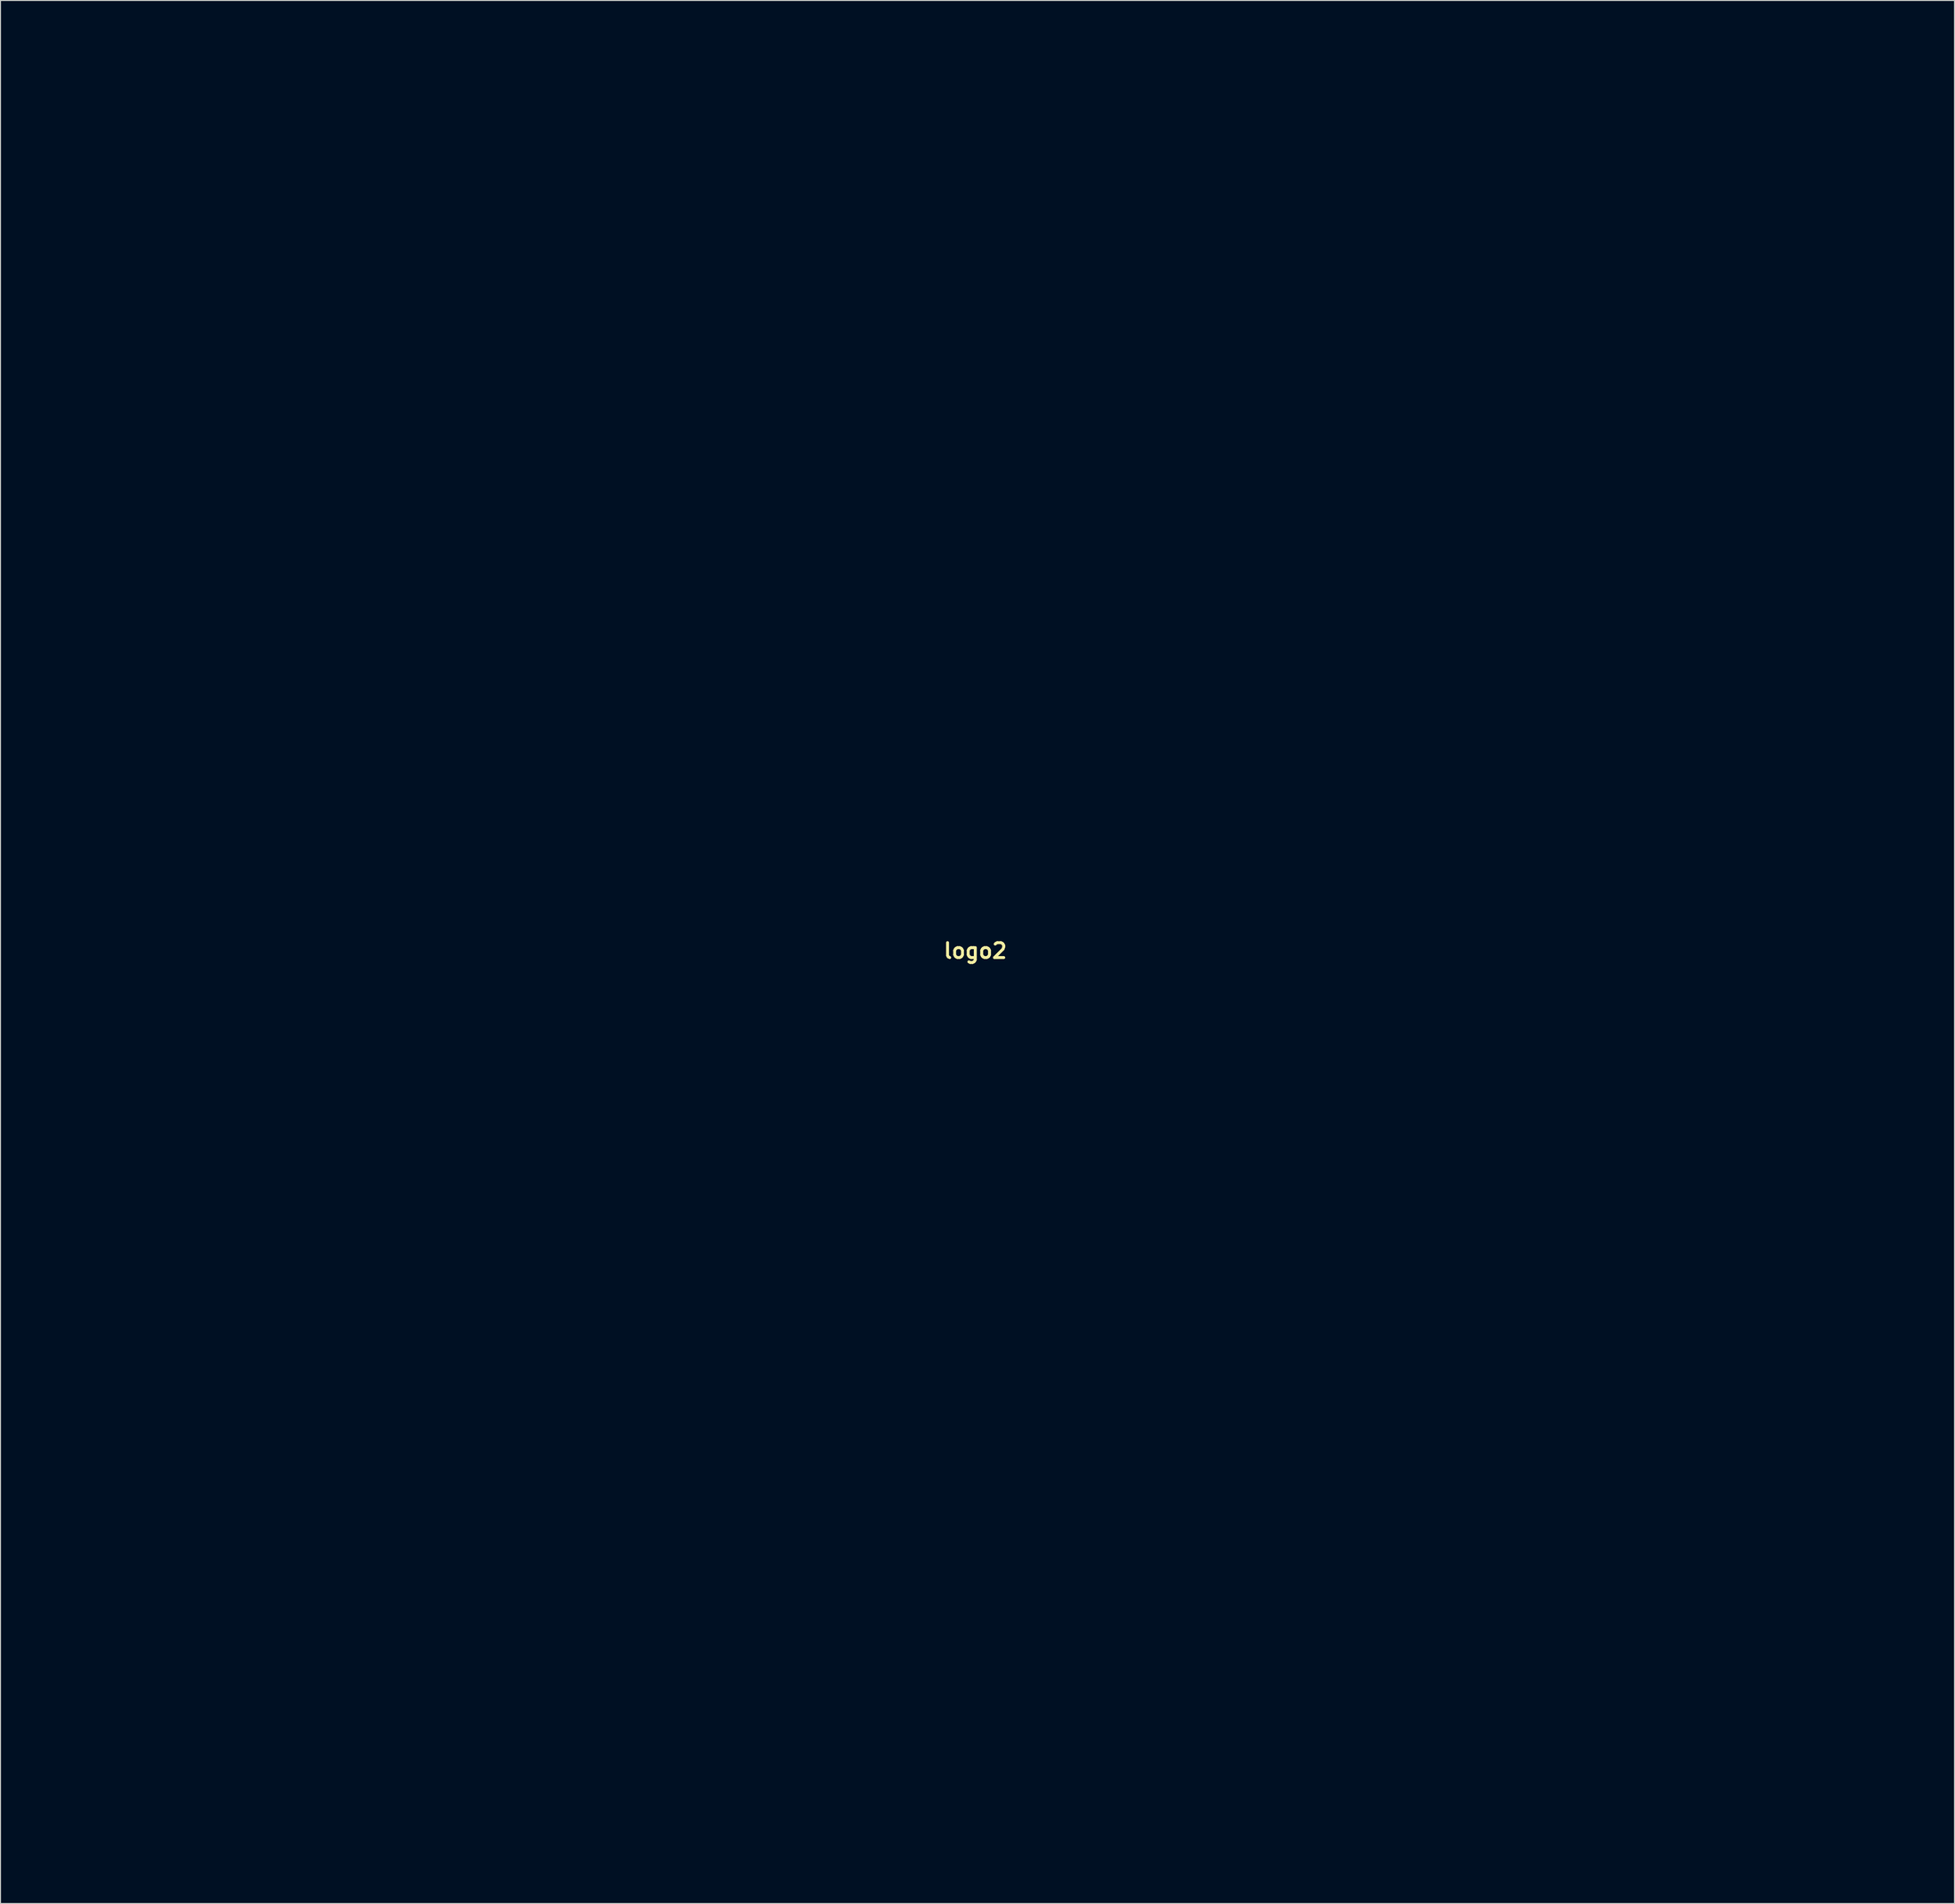
<source format=kicad_pcb>
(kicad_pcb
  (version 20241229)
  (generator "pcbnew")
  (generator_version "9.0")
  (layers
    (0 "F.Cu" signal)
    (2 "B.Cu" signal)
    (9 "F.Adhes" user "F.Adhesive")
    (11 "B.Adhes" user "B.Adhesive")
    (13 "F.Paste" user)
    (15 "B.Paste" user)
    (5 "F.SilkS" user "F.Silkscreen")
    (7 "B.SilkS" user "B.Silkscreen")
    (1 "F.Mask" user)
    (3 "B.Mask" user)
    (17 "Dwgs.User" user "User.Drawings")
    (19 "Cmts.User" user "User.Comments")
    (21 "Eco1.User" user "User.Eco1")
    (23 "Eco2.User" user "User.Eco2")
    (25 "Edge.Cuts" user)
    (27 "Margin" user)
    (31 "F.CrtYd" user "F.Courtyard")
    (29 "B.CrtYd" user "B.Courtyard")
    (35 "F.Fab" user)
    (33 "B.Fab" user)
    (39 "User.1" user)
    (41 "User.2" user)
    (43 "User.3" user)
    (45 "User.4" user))
  (footprint "logo2"
    (layer "F.Cu")
    (at 96.483 94.045)
    (property "Reference" "logo2" (at 0 0 0) (layer "F.SilkS") (effects (font (size 1.524 1.524) (thickness 0.3))))
    (attr through_hole)
    (fp_poly (pts (xy -32.773 -93.901) (xy -32.392 -93.734) (xy -31.511 -93.066) (xy -31.106 -92.186) (xy -31.12 -91.156) (xy -31.174 -90.429) (xy -30.969 -89.942) (xy -30.522 -89.521) (xy -30.185 -89.233) (xy -29.484 -88.627) (xy -28.458 -87.735) (xy -27.146 -86.591) (xy -25.586 -85.229) (xy -23.818 -83.683) (xy -21.878 -81.986) (xy -19.807 -80.172) (xy -18.156 -78.725) (xy -15.685 -76.56) (xy -13.056 -74.258) (xy -10.346 -71.889) (xy -7.637 -69.521) (xy -5.005 -67.223) (xy -2.531 -65.065) (xy -0.293 -63.115) (xy 1.629 -61.443) (xy 1.792 -61.3) (xy 10.135 -54.05) (xy 11.465 -54.556) (xy 12.205 -54.78) (xy 13.341 -55.056) (xy 14.739 -55.353) (xy 16.265 -55.643) (xy 16.892 -55.752) (xy 19.286 -56.198) (xy 21.421 -56.7) (xy 23.445 -57.307) (xy 25.503 -58.067) (xy 27.742 -59.029) (xy 29.831 -60.008) (xy 31.766 -60.975) (xy 33.579 -61.962) (xy 35.336 -63.017) (xy 37.1 -64.186) (xy 38.937 -65.513) (xy 40.91 -67.046) (xy 43.084 -68.831) (xy 45.523 -70.913) (xy 47.571 -72.703) (xy 50.244 -75.056) (xy 52.552 -77.083) (xy 54.532 -78.812) (xy 56.22 -80.27) (xy 57.652 -81.486) (xy 58.865 -82.486) (xy 59.896 -83.299) (xy 60.78 -83.951) (xy 61.555 -84.471) (xy 62.257 -84.886) (xy 62.922 -85.223) (xy 63.588 -85.51) (xy 64.289 -85.776) (xy 65.064 -86.046) (xy 65.344 -86.142) (xy 67.767 -86.842) (xy 69.85 -87.161) (xy 71.626 -87.101) (xy 73.125 -86.664) (xy 74.005 -86.104) (xy 75.032 -85.205) (xy 76.089 -84.094) (xy 77.056 -82.894) (xy 77.815 -81.732) (xy 77.867 -81.639) (xy 78.555 -80.102) (xy 79.055 -78.45) (xy 79.321 -76.87) (xy 79.323 -75.649) (xy 79.175 -74.833) (xy 78.875 -73.553) (xy 78.434 -71.852) (xy 77.866 -69.774) (xy 77.183 -67.365) (xy 76.396 -64.666) (xy 75.519 -61.724) (xy 74.564 -58.581) (xy 74.185 -57.351) (xy 72.836 -53.041) (xy 71.604 -49.221) (xy 70.478 -45.86) (xy 69.447 -42.929) (xy 68.502 -40.398) (xy 67.631 -38.236) (xy 67.211 -37.265) (xy 67.381 -37.027) (xy 67.947 -36.588) (xy 68.835 -36.001) (xy 69.968 -35.317) (xy 70.236 -35.163) (xy 72.473 -33.838) (xy 74.342 -32.614) (xy 75.968 -31.395) (xy 77.482 -30.084) (xy 79.009 -28.586) (xy 79.031 -28.564) (xy 80.141 -27.385) (xy 81.163 -26.213) (xy 82.151 -24.974) (xy 83.158 -23.594) (xy 84.237 -21.997) (xy 85.443 -20.108) (xy 86.829 -17.854) (xy 87.439 -16.844) (xy 88.44 -15.185) (xy 89.418 -13.571) (xy 90.317 -12.095) (xy 91.08 -10.849) (xy 91.652 -9.925) (xy 91.84 -9.625) (xy 93.731 -6.451) (xy 95.189 -3.57) (xy 96.213 -0.985) (xy 96.8 1.299) (xy 96.821 1.424) (xy 96.929 2.884) (xy 96.863 4.728) (xy 96.638 6.839) (xy 96.266 9.099) (xy 95.759 11.391) (xy 95.664 11.764) (xy 95.292 13.226) (xy 94.856 14.998) (xy 94.409 16.864) (xy 94.001 18.613) (xy 93.964 18.777) (xy 93.164 22.012) (xy 92.336 24.833) (xy 91.489 27.214) (xy 90.634 29.131) (xy 89.779 30.558) (xy 89.126 31.31) (xy 87.905 32.28) (xy 86.219 33.391) (xy 84.175 34.578) (xy 83.176 35.175) (xy 82.578 35.662) (xy 82.286 36.126) (xy 82.238 36.297) (xy 82.174 36.74) (xy 82.068 37.643) (xy 81.926 38.936) (xy 81.757 40.546) (xy 81.568 42.402) (xy 81.366 44.432) (xy 81.28 45.319) (xy 80.914 49.031) (xy 80.577 52.284) (xy 80.253 55.152) (xy 79.925 57.708) (xy 79.579 60.025) (xy 79.199 62.178) (xy 78.769 64.239) (xy 78.274 66.284) (xy 77.698 68.385) (xy 77.025 70.616) (xy 76.239 73.051) (xy 75.326 75.763) (xy 74.269 78.826) (xy 74.021 79.538) (xy 73.118 82.239) (xy 72.426 84.55) (xy 71.922 86.561) (xy 71.626 88.072) (xy 71.354 89.617) (xy 71.116 90.741) (xy 70.874 91.552) (xy 70.592 92.16) (xy 70.233 92.674) (xy 69.968 92.98) (xy 69.539 93.371) (xy 69.013 93.66) (xy 68.319 93.856) (xy 67.388 93.967) (xy 66.148 94.001) (xy 64.529 93.964) (xy 62.462 93.864) (xy 62.034 93.84) (xy 59.46 93.719) (xy 57.225 93.683) (xy 55.139 93.738) (xy 53.011 93.891) (xy 50.651 94.148) (xy 49.601 94.282) (xy 48.565 94.272) (xy 48.027 94.047) (xy 47.676 93.52) (xy 47.83 92.86) (xy 48.483 92.086) (xy 48.876 91.754) (xy 49.904 91.024) (xy 50.98 90.445) (xy 52.234 89.967) (xy 53.79 89.54) (xy 55.373 89.194) (xy 57.498 88.735) (xy 59.35 88.277) (xy 60.862 87.84) (xy 61.973 87.442) (xy 62.613 87.104) (xy 62.926 86.644) (xy 63.32 85.721) (xy 63.776 84.399) (xy 64.277 82.741) (xy 64.805 80.812) (xy 65.343 78.673) (xy 65.872 76.389) (xy 66.376 74.022) (xy 66.702 72.362) (xy 67.055 70.649) (xy 67.487 68.777) (xy 67.942 66.981) (xy 68.336 65.581) (xy 68.866 63.795) (xy 69.274 62.291) (xy 69.577 60.953) (xy 69.79 59.663) (xy 69.927 58.303) (xy 70.006 56.756) (xy 70.042 54.905) (xy 70.049 52.721) (xy 70.025 49.946) (xy 69.946 47.603) (xy 69.801 45.591) (xy 69.576 43.808) (xy 69.262 42.154) (xy 68.846 40.528) (xy 68.495 39.378) (xy 67.742 37.031) (xy 66.378 37.066) (xy 65.826 37.115) (xy 65.198 37.255) (xy 64.418 37.513) (xy 63.41 37.92) (xy 62.098 38.504) (xy 60.407 39.293) (xy 59.845 39.56) (xy 57.926 40.483) (xy 56.417 41.251) (xy 55.238 41.929) (xy 54.313 42.582) (xy 53.562 43.275) (xy 52.907 44.074) (xy 52.271 45.043) (xy 51.575 46.248) (xy 51.354 46.646) (xy 50.562 48.01) (xy 49.913 48.933) (xy 49.341 49.465) (xy 48.778 49.658) (xy 48.158 49.561) (xy 47.709 49.376) (xy 46.87 49.073) (xy 46.069 48.93) (xy 45.996 48.928) (xy 44.903 48.789) (xy 44.142 48.401) (xy 43.803 47.811) (xy 43.802 47.807) (xy 43.604 47.344) (xy 43.087 47.171) (xy 42.913 47.16) (xy 42.085 47.109) (xy 41.64 46.98) (xy 41.423 46.684) (xy 41.304 46.237) (xy 41.054 45.56) (xy 40.635 45.296) (xy 39.959 45.422) (xy 39.314 45.715) (xy 38.477 46.078) (xy 37.87 46.137) (xy 37.417 45.837) (xy 37.043 45.122) (xy 36.673 43.94) (xy 36.628 43.772) (xy 36.212 42.337) (xy 35.815 41.308) (xy 35.367 40.563) (xy 34.795 39.981) (xy 34.068 39.467) (xy 32.712 38.375) (xy 31.545 36.908) (xy 30.506 34.991) (xy 30.468 34.908) (xy 30.044 34.05) (xy 29.67 33.424) (xy 29.419 33.156) (xy 29.404 33.154) (xy 29.012 32.915) (xy 28.616 32.303) (xy 28.288 31.473) (xy 28.097 30.581) (xy 28.075 30.211) (xy 28.185 29.061) (xy 28.489 27.586) (xy 28.943 25.94) (xy 29.502 24.276) (xy 30.122 22.748) (xy 30.351 22.264) (xy 31.385 20.479) (xy 32.618 18.976) (xy 34.133 17.685) (xy 36.012 16.535) (xy 38.338 15.456) (xy 38.472 15.401) (xy 40.056 14.753) (xy 45.003 14.753) (xy 45.425 15.039) (xy 46.337 15.418) (xy 46.531 15.489) (xy 47.493 15.931) (xy 48.659 16.598) (xy 49.827 17.372) (xy 50.207 17.653) (xy 51.223 18.426) (xy 51.878 18.912) (xy 52.235 19.15) (xy 52.358 19.179) (xy 52.309 19.039) (xy 52.239 18.916) (xy 51.713 18.133) (xy 50.982 17.184) (xy 50.173 16.219) (xy 49.413 15.389) (xy 48.829 14.847) (xy 48.824 14.843) (xy 47.658 14.281) (xy 46.29 14.194) (xy 45.519 14.339) (xy 45.043 14.529) (xy 45.003 14.753) (xy 40.056 14.753) (xy 40.616 14.523) (xy 39.537 13.478) (xy 38.476 12.288) (xy 37.876 11.154) (xy 37.698 9.943) (xy 37.903 8.52) (xy 37.995 8.167) (xy 38.627 6.85) (xy 39.703 5.814) (xy 41.211 5.066) (xy 43.137 4.613) (xy 45.453 4.462) (xy 47.707 4.667) (xy 49.758 5.257) (xy 51.501 6.203) (xy 51.817 6.442) (xy 52.936 7.61) (xy 54.015 9.262) (xy 55.032 11.35) (xy 55.963 13.825) (xy 56.783 16.636) (xy 56.919 17.178) (xy 57.214 18.332) (xy 57.48 19.264) (xy 57.686 19.871) (xy 57.789 20.052) (xy 58.002 19.837) (xy 58.441 19.243) (xy 59.056 18.347) (xy 59.796 17.229) (xy 60.61 15.967) (xy 61.448 14.637) (xy 62.257 13.32) (xy 62.989 12.091) (xy 63.102 11.897) (xy 64.445 9.524) (xy 65.511 7.501) (xy 66.331 5.741) (xy 66.932 4.157) (xy 67.344 2.661) (xy 67.597 1.165) (xy 67.72 -0.419) (xy 67.743 -2.005) (xy 67.692 -3.609) (xy 67.569 -5.31) (xy 67.389 -6.99) (xy 67.167 -8.534) (xy 66.92 -9.823) (xy 66.662 -10.741) (xy 66.562 -10.972) (xy 66.218 -11.261) (xy 65.512 -11.635) (xy 64.592 -12.017) (xy 64.524 -12.042) (xy 63.931 -12.249) (xy 63.396 -12.406) (xy 62.836 -12.519) (xy 62.17 -12.593) (xy 61.315 -12.635) (xy 60.19 -12.65) (xy 58.714 -12.644) (xy 56.803 -12.622) (xy 56.281 -12.615) (xy 53.792 -12.593) (xy 51.748 -12.619) (xy 50.059 -12.724) (xy 48.637 -12.939) (xy 47.392 -13.294) (xy 46.234 -13.822) (xy 45.074 -14.552) (xy 43.823 -15.516) (xy 42.392 -16.743) (xy 41.177 -17.828) (xy 39.366 -19.376) (xy 37.702 -20.592) (xy 36.069 -21.527) (xy 34.347 -22.231) (xy 32.418 -22.756) (xy 30.162 -23.153) (xy 28.207 -23.395) (xy 25.914 -23.665) (xy 23.935 -23.957) (xy 22.109 -24.303) (xy 20.279 -24.738) (xy 18.285 -25.297) (xy 15.97 -26.014) (xy 15.697 -26.101) (xy 13.377 -26.834) (xy 11.459 -27.396) (xy 9.84 -27.793) (xy 8.42 -28.03) (xy 7.093 -28.113) (xy 5.759 -28.046) (xy 4.314 -27.835) (xy 2.656 -27.485) (xy 0.682 -27.002) (xy 0.267 -26.897) (xy -2.061 -26.338) (xy -4.386 -25.844) (xy -6.604 -25.431) (xy -8.611 -25.119) (xy -10.302 -24.925) (xy -11.467 -24.865) (xy -11.702 -24.854) (xy -11.943 -24.801) (xy -12.223 -24.675) (xy -12.574 -24.447) (xy -13.029 -24.085) (xy -13.62 -23.561) (xy -14.382 -22.844) (xy -15.345 -21.903) (xy -16.542 -20.708) (xy -18.007 -19.23) (xy -19.772 -17.438) (xy -21.869 -15.301) (xy -22.487 -14.671) (xy -24.39 -12.724) (xy -26.177 -10.882) (xy -27.814 -9.181) (xy -29.265 -7.658) (xy -30.496 -6.352) (xy -31.472 -5.297) (xy -32.158 -4.532) (xy -32.519 -4.092) (xy -32.566 -4.009) (xy -32.944 -3.256) (xy -33.692 -2.655) (xy -34.649 -2.32) (xy -35.069 -2.285) (xy -35.927 -2.387) (xy -36.55 -2.772) (xy -36.792 -3.029) (xy -37.221 -3.656) (xy -37.428 -4.208) (xy -37.432 -4.262) (xy -37.608 -4.812) (xy -38.153 -5.445) (xy -39.086 -6.173) (xy -40.427 -7.008) (xy -42.199 -7.962) (xy -44.421 -9.048) (xy -47.115 -10.277) (xy -49.597 -11.36) (xy -51.896 -12.359) (xy -53.769 -13.2) (xy -55.284 -13.923) (xy -56.514 -14.567) (xy -57.528 -15.169) (xy -58.397 -15.768) (xy -59.191 -16.403) (xy -59.767 -16.913) (xy -61.416 -18.612) (xy -62.854 -20.513) (xy -64.096 -22.66) (xy -65.161 -25.101) (xy -66.063 -27.879) (xy -66.821 -31.041) (xy -67.451 -34.631) (xy -67.69 -36.503) (xy -63.045 -36.503) (xy -63.004 -35.486) (xy -62.899 -34.225) (xy -62.737 -32.816) (xy -62.526 -31.354) (xy -62.275 -29.934) (xy -62.251 -29.812) (xy -61.562 -27.009) (xy -60.67 -24.597) (xy -59.512 -22.45) (xy -58.021 -20.441) (xy -56.682 -18.987) (xy -55.773 -18.087) (xy -54.962 -17.341) (xy -54.164 -16.698) (xy -53.299 -16.105) (xy -52.284 -15.513) (xy -51.036 -14.869) (xy -49.473 -14.122) (xy -47.514 -13.221) (xy -47.205 -13.081) (xy -45.444 -12.261) (xy -43.659 -11.395) (xy -41.976 -10.547) (xy -40.521 -9.78) (xy -39.422 -9.158) (xy -39.365 -9.124) (xy -38.243 -8.452) (xy -37.494 -8.033) (xy -37.038 -7.839) (xy -36.797 -7.838) (xy -36.69 -8.003) (xy -36.666 -8.119) (xy -36.646 -8.511) (xy -36.634 -9.374) (xy -36.63 -10.642) (xy -36.633 -12.253) (xy -36.643 -14.142) (xy -36.66 -16.244) (xy -36.676 -17.78) (xy -35.56 -17.78) (xy -35.559 -15.129) (xy -35.556 -12.963) (xy -35.548 -11.234) (xy -35.531 -9.892) (xy -35.504 -8.888) (xy -35.464 -8.174) (xy -35.409 -7.699) (xy -35.335 -7.415) (xy -35.241 -7.274) (xy -35.123 -7.225) (xy -35.008 -7.219) (xy -34.203 -7.05) (xy -33.447 -6.638) (xy -33.074 -6.244) (xy -32.757 -5.921) (xy -32.631 -5.882) (xy -32.403 -6.068) (xy -31.84 -6.599) (xy -30.98 -7.439) (xy -29.861 -8.549) (xy -28.519 -9.892) (xy -26.993 -11.432) (xy -25.32 -13.129) (xy -23.649 -14.834) (xy -21.862 -16.665) (xy -20.182 -18.392) (xy -18.647 -19.976) (xy -17.297 -21.377) (xy -16.169 -22.553) (xy -15.303 -23.465) (xy -14.738 -24.072) (xy -14.518 -24.326) (xy -14.363 -24.579) (xy -14.386 -24.737) (xy -14.673 -24.823) (xy -15.31 -24.858) (xy -16.382 -24.865) (xy -16.594 -24.865) (xy -18.618 -24.936) (xy -20.811 -25.156) (xy -23.25 -25.538) (xy -26.012 -26.094) (xy -29.175 -26.838) (xy -29.914 -27.024) (xy -31.51 -27.425) (xy -32.93 -27.777) (xy -34.093 -28.06) (xy -34.916 -28.254) (xy -35.318 -28.339) (xy -35.339 -28.341) (xy -35.388 -28.083) (xy -35.432 -27.348) (xy -35.472 -26.191) (xy -35.506 -24.671) (xy -35.533 -22.843) (xy -35.551 -20.766) (xy -35.559 -18.496) (xy -35.56 -17.78) (xy -36.676 -17.78) (xy -36.682 -18.376) (xy -36.712 -20.598) (xy -36.745 -22.648) (xy -36.782 -24.465) (xy -36.819 -25.988) (xy -36.856 -27.156) (xy -36.891 -27.91) (xy -36.923 -28.189) (xy -37.216 -28.283) (xy -37.939 -28.456) (xy -38.996 -28.687) (xy -40.291 -28.956) (xy -40.913 -29.08) (xy -42.71 -29.418) (xy -44.127 -29.618) (xy -45.301 -29.671) (xy -46.373 -29.568) (xy -47.479 -29.299) (xy -48.76 -28.854) (xy -49.758 -28.464) (xy -51.018 -28.01) (xy -52.293 -27.633) (xy -53.376 -27.391) (xy -53.727 -27.344) (xy -54.505 -27.31) (xy -55.147 -27.404) (xy -55.722 -27.686) (xy -56.299 -28.214) (xy -56.946 -29.048) (xy -57.732 -30.247) (xy -58.45 -31.416) (xy -59.395 -32.925) (xy -60.323 -34.322) (xy -61.186 -35.539) (xy -61.932 -36.508) (xy -62.511 -37.16) (xy -62.873 -37.428) (xy -62.899 -37.432) (xy -63.013 -37.184) (xy -63.045 -36.503) (xy -67.69 -36.503) (xy -67.969 -38.696) (xy -68.04 -39.362) (xy -68.196 -41.122) (xy -68.324 -43.042) (xy -68.412 -44.895) (xy -68.446 -46.454) (xy -68.446 -46.519) (xy -68.446 -49.709) (xy -63.767 -49.709) (xy -62.431 -48.473) (xy -61.512 -47.697) (xy -60.373 -46.835) (xy -59.254 -46.07) (xy -59.222 -46.049) (xy -58.176 -45.377) (xy -56.885 -44.535) (xy -55.549 -43.653) (xy -54.811 -43.16) (xy -53.905 -42.559) (xy -53.165 -42.101) (xy -52.485 -41.745) (xy -51.756 -41.451) (xy -50.871 -41.176) (xy -49.724 -40.88) (xy -48.206 -40.523) (xy -47.458 -40.35) (xy -45.718 -39.97) (xy -43.96 -39.621) (xy -42.328 -39.331) (xy -40.968 -39.125) (xy -40.239 -39.043) (xy -39.109 -38.95) (xy -38.147 -38.871) (xy -37.503 -38.818) (xy -37.365 -38.807) (xy -37.207 -38.829) (xy -37.089 -38.972) (xy -37.005 -39.301) (xy -36.95 -39.883) (xy -36.917 -40.785) (xy -36.902 -42.074) (xy -36.897 -43.817) (xy -36.897 -44.249) (xy -36.897 -49.731) (xy -35.56 -49.731) (xy -35.56 -38.768) (xy -27.739 -38.771) (xy -25.41 -38.782) (xy -22.953 -38.811) (xy -20.506 -38.855) (xy -18.206 -38.913) (xy -16.19 -38.98) (xy -14.855 -39.04) (xy -12.925 -39.161) (xy -10.861 -39.326) (xy -8.847 -39.516) (xy -7.067 -39.715) (xy -6.142 -39.839) (xy -4.583 -40.057) (xy -3.003 -40.262) (xy -1.585 -40.43) (xy -0.506 -40.54) (xy -0.47 -40.543) (xy 1.553 -40.714) (xy 1.85 -41.012) (xy 3.556 -41.012) (xy 3.579 -40.907) (xy 4.003 -40.957) (xy 4.82 -41.09) (xy 5.9 -41.284) (xy 6.742 -41.445) (xy 8.014 -41.654) (xy 9.643 -41.863) (xy 11.448 -42.052) (xy 13.252 -42.202) (xy 13.903 -42.244) (xy 16.293 -42.438) (xy 18.477 -42.717) (xy 20.405 -43.067) (xy 22.025 -43.475) (xy 23.287 -43.926) (xy 24.14 -44.407) (xy 24.532 -44.904) (xy 24.544 -45.135) (xy 24.426 -45.376) (xy 31.817 -45.376) (xy 32.066 -45.335) (xy 32.74 -45.322) (xy 33.73 -45.338) (xy 34.691 -45.372) (xy 36.131 -45.399) (xy 37.612 -45.37) (xy 38.906 -45.292) (xy 39.437 -45.234) (xy 40.861 -45.047) (xy 41.865 -44.979) (xy 42.556 -45.076) (xy 43.042 -45.381) (xy 43.432 -45.937) (xy 43.834 -46.789) (xy 43.956 -47.069) (xy 44.644 -48.539) (xy 45.428 -49.966) (xy 46.376 -51.458) (xy 47.556 -53.121) (xy 49.037 -55.064) (xy 49.048 -55.078) (xy 50.114 -56.464) (xy 51.098 -57.785) (xy 51.957 -58.978) (xy 52.646 -59.979) (xy 53.121 -60.724) (xy 53.339 -61.151) (xy 53.326 -61.227) (xy 53.047 -61.066) (xy 52.506 -60.65) (xy 52.046 -60.263) (xy 51.65 -59.955) (xy 51.104 -59.594) (xy 50.365 -59.16) (xy 49.391 -58.63) (xy 48.139 -57.983) (xy 46.567 -57.195) (xy 44.633 -56.246) (xy 42.293 -55.113) (xy 39.838 -53.933) (xy 38.542 -53.283) (xy 37.213 -52.567) (xy 36.062 -51.902) (xy 35.643 -51.64) (xy 34.777 -51.055) (xy 34.235 -50.573) (xy 33.883 -50.018) (xy 33.589 -49.216) (xy 33.436 -48.712) (xy 33.082 -47.678) (xy 32.69 -46.765) (xy 32.351 -46.181) (xy 31.982 -45.677) (xy 31.817 -45.383) (xy 31.817 -45.376) (xy 24.426 -45.376) (xy 24.383 -45.465) (xy 24.007 -45.734) (xy 23.368 -45.949) (xy 22.418 -46.118) (xy 21.107 -46.249) (xy 19.387 -46.347) (xy 17.21 -46.422) (xy 15.689 -46.457) (xy 13.486 -46.495) (xy 11.76 -46.508) (xy 10.453 -46.495) (xy 9.509 -46.453) (xy 8.868 -46.382) (xy 8.475 -46.278) (xy 8.404 -46.245) (xy 7.958 -45.916) (xy 7.318 -45.331) (xy 6.559 -44.571) (xy 5.755 -43.719) (xy 4.979 -42.855) (xy 4.304 -42.062) (xy 3.805 -41.42) (xy 3.556 -41.012) (xy 1.85 -41.012) (xy 7.543 -46.721) (xy 7.076 -47.435) (xy 6.773 -48.056) (xy 6.828 -48.61) (xy 6.914 -48.818) (xy 7.138 -49.35) (xy 7.219 -49.609) (xy 6.958 -49.628) (xy 6.203 -49.646) (xy 4.993 -49.663) (xy 3.368 -49.679) (xy 1.369 -49.692) (xy -0.966 -49.705) (xy -3.594 -49.715) (xy -6.478 -49.722) (xy -9.575 -49.728) (xy -12.848 -49.73) (xy -14.171 -49.731) (xy -35.56 -49.731) (xy -36.897 -49.731) (xy -63.767 -49.709) (xy -68.446 -49.709) (xy -68.446 -49.739) (xy -76.111 -49.668) (xy -83.776 -49.597) (xy -84.416 -47.676) (xy -85.056 -45.755) (xy -87.524 -46.648) (xy -89.794 -47.481) (xy -91.801 -48.24) (xy -93.505 -48.907) (xy -94.865 -49.467) (xy -95.84 -49.902) (xy -96.39 -50.196) (xy -96.478 -50.33) (xy -96.133 -50.468) (xy -95.37 -50.774) (xy -94.264 -51.218) (xy -92.894 -51.768) (xy -91.338 -52.393) (xy -90.677 -52.659) (xy -89.088 -53.29) (xy -87.671 -53.841) (xy -86.5 -54.282) (xy -85.648 -54.588) (xy -85.186 -54.731) (xy -85.126 -54.735) (xy -84.992 -54.445) (xy -84.743 -53.784) (xy -84.43 -52.887) (xy -84.393 -52.779) (xy -83.771 -50.934) (xy -68.523 -50.792) (xy -68.343 -53.536) (xy -68.193 -55.331) (xy -63.634 -55.331) (xy -63.634 -50.8) (xy -50.265 -50.8) (xy -35.56 -50.8) (xy 7.75 -50.8) (xy 8.554 -51.91) (xy 9.012 -52.6) (xy 9.296 -53.138) (xy 9.342 -53.313) (xy 9.142 -53.544) (xy 8.577 -54.085) (xy 7.687 -54.903) (xy 6.513 -55.959) (xy 5.096 -57.218) (xy 3.475 -58.643) (xy 1.693 -60.198) (xy 0.196 -61.495) (xy -1.882 -63.292) (xy -4.277 -65.367) (xy -6.904 -67.645) (xy -9.675 -70.052) (xy -12.507 -72.514) (xy -15.312 -74.955) (xy -18.006 -77.302) (xy -20.422 -79.408) (xy -22.747 -81.43) (xy -24.889 -83.277) (xy -26.82 -84.925) (xy -28.509 -86.35) (xy -29.928 -87.528) (xy -31.047 -88.433) (xy -31.836 -89.042) (xy -32.267 -89.329) (xy -32.331 -89.349) (xy -32.909 -89.233) (xy -33.488 -89.118) (xy -34.396 -89.18) (xy -34.892 -89.41) (xy -35.56 -89.848) (xy -35.56 -50.8) (xy -50.265 -50.8) (xy -47.647 -50.801) (xy -45.197 -50.805) (xy -42.967 -50.811) (xy -41.006 -50.819) (xy -39.366 -50.828) (xy -38.098 -50.839) (xy -37.252 -50.851) (xy -36.879 -50.864) (xy -36.866 -50.867) (xy -36.854 -51.147) (xy -36.839 -51.908) (xy -36.821 -53.099) (xy -36.8 -54.668) (xy -36.778 -56.563) (xy -36.754 -58.731) (xy -36.729 -61.121) (xy -36.704 -63.68) (xy -36.678 -66.356) (xy -36.653 -69.098) (xy -36.629 -71.853) (xy -36.606 -74.569) (xy -36.585 -77.194) (xy -36.566 -79.677) (xy -36.55 -81.964) (xy -36.537 -84.004) (xy -36.527 -85.744) (xy -36.522 -87.134) (xy -36.521 -88.12) (xy -36.525 -88.651) (xy -36.529 -88.73) (xy -36.768 -88.638) (xy -37.34 -88.31) (xy -38.137 -87.809) (xy -38.42 -87.624) (xy -39.46 -86.962) (xy -40.549 -86.329) (xy -41.765 -85.686) (xy -43.185 -84.994) (xy -44.888 -84.215) (xy -46.953 -83.312) (xy -48.799 -82.523) (xy -51.845 -81.174) (xy -54.406 -79.912) (xy -56.521 -78.707) (xy -58.226 -77.535) (xy -59.559 -76.367) (xy -60.56 -75.176) (xy -61.265 -73.935) (xy -61.455 -73.467) (xy -62.133 -71.21) (xy -62.694 -68.483) (xy -63.129 -65.339) (xy -63.434 -61.831) (xy -63.601 -58.01) (xy -63.634 -55.331) (xy -68.193 -55.331) (xy -68.113 -56.285) (xy -67.785 -59.193) (xy -67.386 -62.051) (xy -66.943 -64.65) (xy -66.8 -65.372) (xy -66.05 -68.58) (xy -65.195 -71.333) (xy -64.204 -73.702) (xy -63.041 -75.761) (xy -61.672 -77.585) (xy -60.707 -78.629) (xy -59.722 -79.571) (xy -58.747 -80.387) (xy -57.704 -81.117) (xy -56.515 -81.806) (xy -55.1 -82.497) (xy -53.382 -83.231) (xy -51.283 -84.052) (xy -49.677 -84.652) (xy -47.861 -85.337) (xy -46.02 -86.06) (xy -44.283 -86.766) (xy -42.781 -87.403) (xy -41.641 -87.919) (xy -41.563 -87.957) (xy -40.337 -88.577) (xy -39.364 -89.155) (xy -38.527 -89.79) (xy -37.708 -90.581) (xy -36.789 -91.627) (xy -35.888 -92.732) (xy -34.909 -93.65) (xy -33.867 -94.04) (xy -32.773 -93.901)) (stroke (width 0.01) (type solid)) (fill no) (layer "Eco2.User")))
  (gr_rect
    (start -3 -3)
    (end 196.417 191.332)
    (stroke (width 0.1) (type default))
    (fill no)
    (layer "Edge.Cuts")))
</source>
